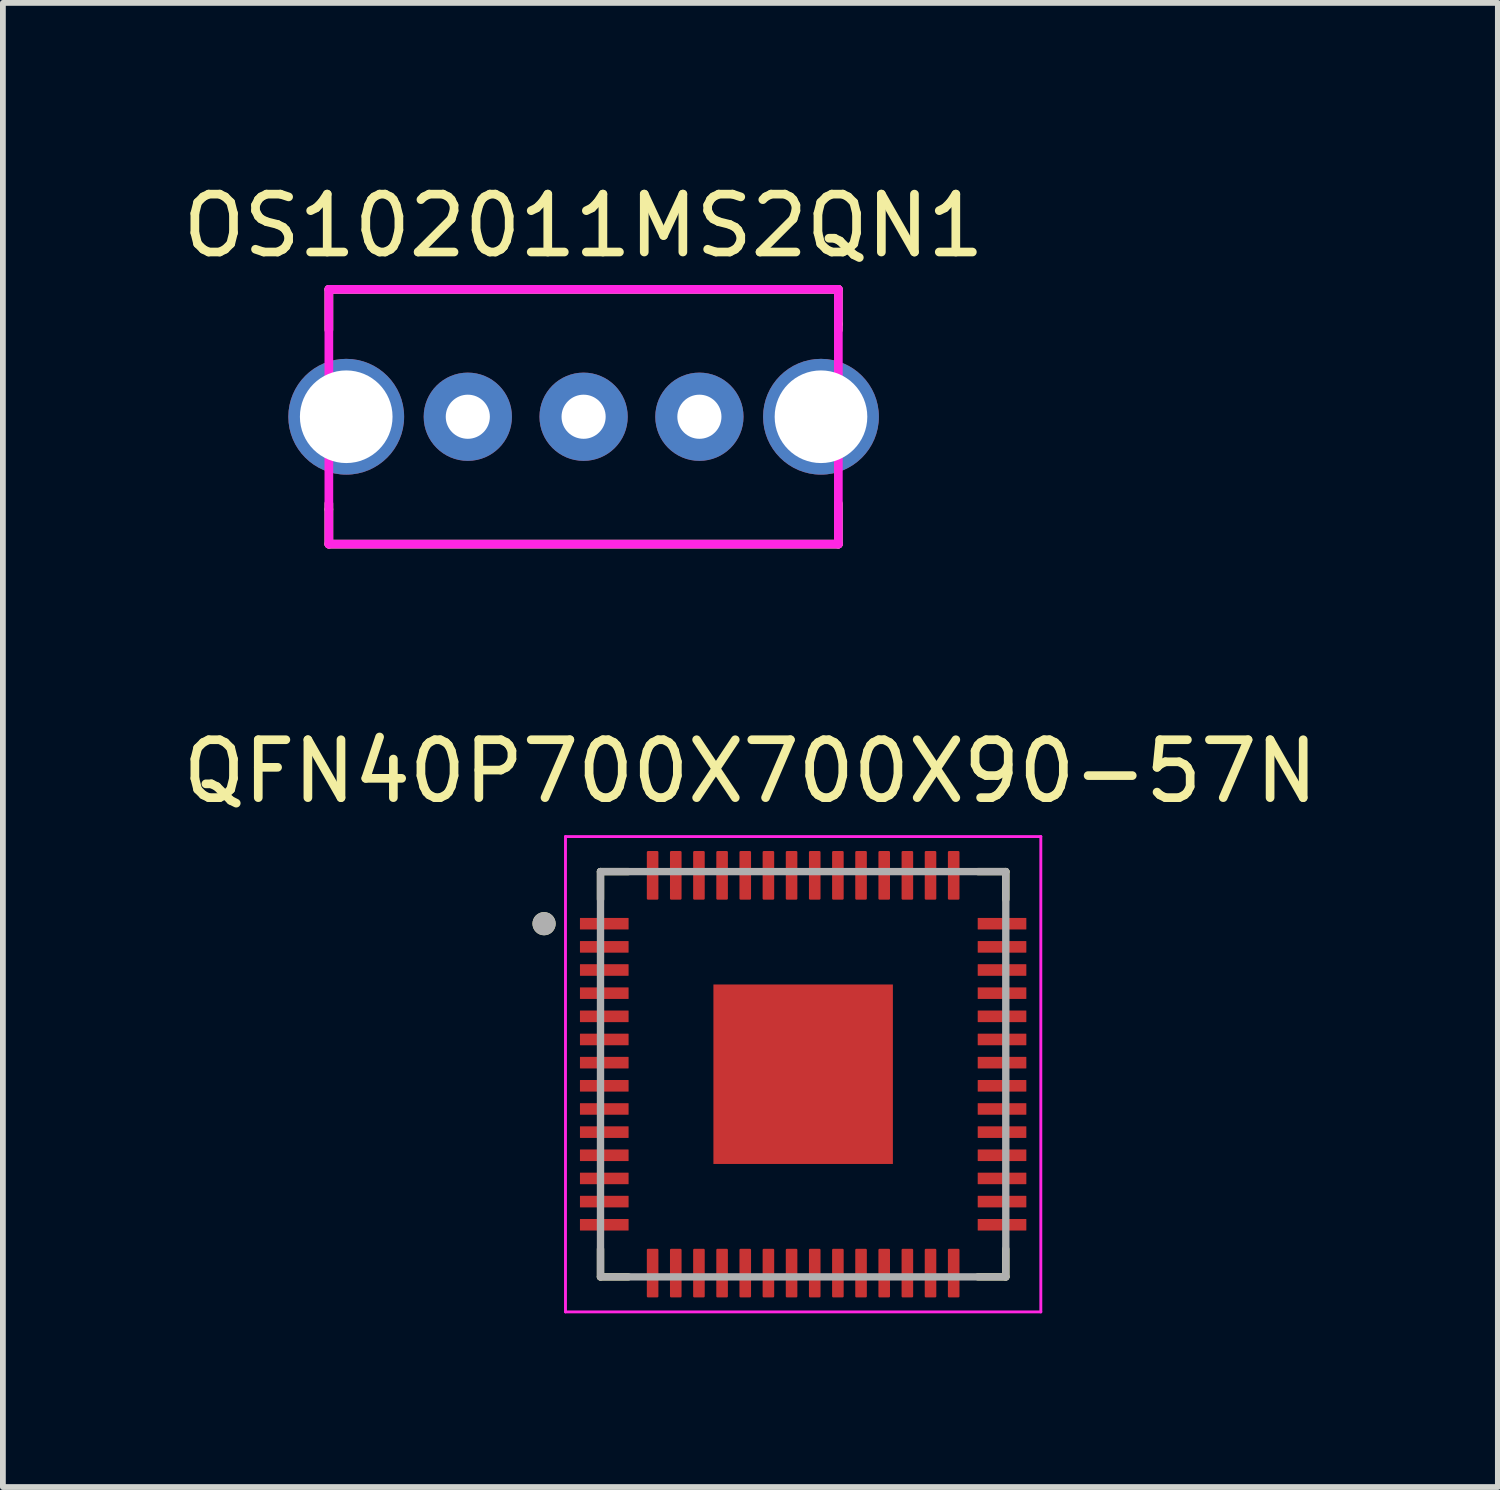
<source format=kicad_pcb>
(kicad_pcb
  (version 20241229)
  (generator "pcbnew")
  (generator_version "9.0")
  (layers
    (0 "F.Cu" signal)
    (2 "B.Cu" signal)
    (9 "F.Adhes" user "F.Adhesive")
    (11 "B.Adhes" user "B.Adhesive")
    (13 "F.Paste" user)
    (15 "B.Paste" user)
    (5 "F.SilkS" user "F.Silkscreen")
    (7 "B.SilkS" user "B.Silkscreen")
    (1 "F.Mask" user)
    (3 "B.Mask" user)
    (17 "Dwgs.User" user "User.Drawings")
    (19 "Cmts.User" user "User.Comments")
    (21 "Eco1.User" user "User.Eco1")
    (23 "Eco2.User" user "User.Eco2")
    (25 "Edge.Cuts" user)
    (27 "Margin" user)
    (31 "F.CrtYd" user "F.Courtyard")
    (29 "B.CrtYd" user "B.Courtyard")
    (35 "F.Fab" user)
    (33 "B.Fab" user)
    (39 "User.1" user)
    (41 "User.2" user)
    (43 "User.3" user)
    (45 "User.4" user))
  (footprint "OS102011MS2QN1"
    (layer "F.Cu")
    (at 7.03 4.148)
    (property "Reference" "OS102011MS2QN1" (at 0 -3.3 0) (layer "F.SilkS") (effects (font (size 1 1) (thickness 0.15))))
    (attr through_hole)
    (fp_line (start -4.4 -2.2) (end 4.4 -2.2) (stroke (width 0.15) (type solid)) (layer "F.SilkS"))
    (fp_line (start -4.4 -1.5) (end -4.4 -2.2) (stroke (width 0.15) (type solid)) (layer "F.SilkS"))
    (fp_line (start -4.4 1.6) (end -4.4 1.5) (stroke (width 0.15) (type solid)) (layer "F.SilkS"))
    (fp_line (start -4.4 2.2) (end -4.4 1.6) (stroke (width 0.15) (type solid)) (layer "F.SilkS"))
    (fp_line (start 4.4 -2.2) (end 4.4 -1.6) (stroke (width 0.15) (type solid)) (layer "F.SilkS"))
    (fp_line (start 4.4 -1.6) (end 4.4 -1.5) (stroke (width 0.15) (type solid)) (layer "F.SilkS"))
    (fp_line (start 4.4 1.5) (end 4.4 2.2) (stroke (width 0.15) (type solid)) (layer "F.SilkS"))
    (fp_line (start 4.4 2.2) (end -4.4 2.2) (stroke (width 0.15) (type solid)) (layer "F.SilkS"))
    (fp_line (start -4.4 -2.2) (end 4.4 -2.2) (stroke (width 0.15) (type solid)) (layer "F.CrtYd"))
    (fp_line (start -4.4 2.2) (end -4.4 -2.2) (stroke (width 0.15) (type solid)) (layer "F.CrtYd"))
    (fp_line (start 4.4 -2.2) (end 4.4 2.2) (stroke (width 0.15) (type solid)) (layer "F.CrtYd"))
    (fp_line (start 4.4 2.2) (end -4.4 2.2) (stroke (width 0.15) (type solid)) (layer "F.CrtYd"))
    (pad "" thru_hole circle (at -4.1 0) (size 2 2) (drill 1.6) (layers "*.Cu" "*.Mask"))
    (pad "" thru_hole circle (at 4.1 0) (size 2 2) (drill 1.6) (layers "*.Cu" "*.Mask"))
    (pad "1" thru_hole circle (at -2 0) (size 1.524 1.524) (drill 0.762) (layers "*.Cu" "*.Mask"))
    (pad "2" thru_hole circle (at 0 0) (size 1.524 1.524) (drill 0.762) (layers "*.Cu" "*.Mask"))
    (pad "3" thru_hole circle (at 2 0) (size 1.524 1.524) (drill 0.762) (layers "*.Cu" "*.Mask")))
  (footprint "QFN40P700X700X90-57N"
    (layer "F.Cu")
    (at 10.822 15.504)
    (property "Reference" "QFN40P700X700X90-57N" (at -0.911 -5.232 0) (layer "F.SilkS") (effects (font (size 1 1) (thickness 0.15))))
    (attr smd)
    (fp_line (start -3.5 -3.5) (end -3.5 -3.02) (stroke (width 0.127) (type solid)) (layer "F.SilkS"))
    (fp_line (start -3.5 -3.5) (end -3.02 -3.5) (stroke (width 0.127) (type solid)) (layer "F.SilkS"))
    (fp_line (start -3.5 3.5) (end -3.5 3.02) (stroke (width 0.127) (type solid)) (layer "F.SilkS"))
    (fp_line (start -3.5 3.5) (end -3.02 3.5) (stroke (width 0.127) (type solid)) (layer "F.SilkS"))
    (fp_line (start 3.5 -3.5) (end 3.02 -3.5) (stroke (width 0.127) (type solid)) (layer "F.SilkS"))
    (fp_line (start 3.5 -3.5) (end 3.5 -3.02) (stroke (width 0.127) (type solid)) (layer "F.SilkS"))
    (fp_line (start 3.5 3.5) (end 3.02 3.5) (stroke (width 0.127) (type solid)) (layer "F.SilkS"))
    (fp_line (start 3.5 3.5) (end 3.5 3.02) (stroke (width 0.127) (type solid)) (layer "F.SilkS"))
    (fp_circle (center -4.475 -2.6) (end -4.375 -2.6) (stroke (width 0.2) (type solid)) (fill no) (layer "F.SilkS"))
    (fp_poly (pts (xy -0.98 -0.98) (xy 0.98 -0.98) (xy 0.98 0.98) (xy -0.98 0.98)) (stroke (width 0.01) (type solid)) (fill yes) (layer "F.Paste"))
    (fp_line (start -4.105 -4.105) (end 4.105 -4.105) (stroke (width 0.05) (type solid)) (layer "F.CrtYd"))
    (fp_line (start -4.105 4.105) (end -4.105 -4.105) (stroke (width 0.05) (type solid)) (layer "F.CrtYd"))
    (fp_line (start -4.105 4.105) (end 4.105 4.105) (stroke (width 0.05) (type solid)) (layer "F.CrtYd"))
    (fp_line (start 4.105 4.105) (end 4.105 -4.105) (stroke (width 0.05) (type solid)) (layer "F.CrtYd"))
    (fp_line (start -3.5 3.5) (end -3.5 -3.5) (stroke (width 0.127) (type solid)) (layer "F.Fab"))
    (fp_line (start 3.5 -3.5) (end -3.5 -3.5) (stroke (width 0.127) (type solid)) (layer "F.Fab"))
    (fp_line (start 3.5 3.5) (end -3.5 3.5) (stroke (width 0.127) (type solid)) (layer "F.Fab"))
    (fp_line (start 3.5 3.5) (end 3.5 -3.5) (stroke (width 0.127) (type solid)) (layer "F.Fab"))
    (fp_circle (center -4.475 -2.6) (end -4.375 -2.6) (stroke (width 0.2) (type solid)) (fill no) (layer "F.Fab"))
    (pad "1" smd roundrect (at -3.435 -2.6) (size 0.84 0.2) (layers "F.Cu" "F.Mask" "F.Paste") (roundrect_rratio 0.03))
    (pad "2" smd roundrect (at -3.435 -2.2) (size 0.84 0.2) (layers "F.Cu" "F.Mask" "F.Paste") (roundrect_rratio 0.03))
    (pad "3" smd roundrect (at -3.435 -1.8) (size 0.84 0.2) (layers "F.Cu" "F.Mask" "F.Paste") (roundrect_rratio 0.03))
    (pad "4" smd roundrect (at -3.435 -1.4) (size 0.84 0.2) (layers "F.Cu" "F.Mask" "F.Paste") (roundrect_rratio 0.03))
    (pad "5" smd roundrect (at -3.435 -1) (size 0.84 0.2) (layers "F.Cu" "F.Mask" "F.Paste") (roundrect_rratio 0.03))
    (pad "6" smd roundrect (at -3.435 -0.6) (size 0.84 0.2) (layers "F.Cu" "F.Mask" "F.Paste") (roundrect_rratio 0.03))
    (pad "7" smd roundrect (at -3.435 -0.2) (size 0.84 0.2) (layers "F.Cu" "F.Mask" "F.Paste") (roundrect_rratio 0.03))
    (pad "8" smd roundrect (at -3.435 0.2) (size 0.84 0.2) (layers "F.Cu" "F.Mask" "F.Paste") (roundrect_rratio 0.03))
    (pad "9" smd roundrect (at -3.435 0.6) (size 0.84 0.2) (layers "F.Cu" "F.Mask" "F.Paste") (roundrect_rratio 0.03))
    (pad "10" smd roundrect (at -3.435 1) (size 0.84 0.2) (layers "F.Cu" "F.Mask" "F.Paste") (roundrect_rratio 0.03))
    (pad "11" smd roundrect (at -3.435 1.4) (size 0.84 0.2) (layers "F.Cu" "F.Mask" "F.Paste") (roundrect_rratio 0.03))
    (pad "12" smd roundrect (at -3.435 1.8) (size 0.84 0.2) (layers "F.Cu" "F.Mask" "F.Paste") (roundrect_rratio 0.03))
    (pad "13" smd roundrect (at -3.435 2.2) (size 0.84 0.2) (layers "F.Cu" "F.Mask" "F.Paste") (roundrect_rratio 0.03))
    (pad "14" smd roundrect (at -3.435 2.6) (size 0.84 0.2) (layers "F.Cu" "F.Mask" "F.Paste") (roundrect_rratio 0.03))
    (pad "15" smd roundrect (at -2.6 3.435) (size 0.2 0.84) (layers "F.Cu" "F.Mask" "F.Paste") (roundrect_rratio 0.1))
    (pad "16" smd roundrect (at -2.2 3.435) (size 0.2 0.84) (layers "F.Cu" "F.Mask" "F.Paste") (roundrect_rratio 0.1))
    (pad "17" smd roundrect (at -1.8 3.435) (size 0.2 0.84) (layers "F.Cu" "F.Mask" "F.Paste") (roundrect_rratio 0.1))
    (pad "18" smd roundrect (at -1.4 3.435) (size 0.2 0.84) (layers "F.Cu" "F.Mask" "F.Paste") (roundrect_rratio 0.1))
    (pad "19" smd roundrect (at -1 3.435) (size 0.2 0.84) (layers "F.Cu" "F.Mask" "F.Paste") (roundrect_rratio 0.1))
    (pad "20" smd roundrect (at -0.6 3.435) (size 0.2 0.84) (layers "F.Cu" "F.Mask" "F.Paste") (roundrect_rratio 0.1))
    (pad "21" smd roundrect (at -0.2 3.435) (size 0.2 0.84) (layers "F.Cu" "F.Mask" "F.Paste") (roundrect_rratio 0.1))
    (pad "22" smd roundrect (at 0.2 3.435) (size 0.2 0.84) (layers "F.Cu" "F.Mask" "F.Paste") (roundrect_rratio 0.1))
    (pad "23" smd roundrect (at 0.6 3.435) (size 0.2 0.84) (layers "F.Cu" "F.Mask" "F.Paste") (roundrect_rratio 0.1))
    (pad "24" smd roundrect (at 1 3.435) (size 0.2 0.84) (layers "F.Cu" "F.Mask" "F.Paste") (roundrect_rratio 0.1))
    (pad "25" smd roundrect (at 1.4 3.435) (size 0.2 0.84) (layers "F.Cu" "F.Mask" "F.Paste") (roundrect_rratio 0.1))
    (pad "26" smd roundrect (at 1.8 3.435) (size 0.2 0.84) (layers "F.Cu" "F.Mask" "F.Paste") (roundrect_rratio 0.1))
    (pad "27" smd roundrect (at 2.2 3.435) (size 0.2 0.84) (layers "F.Cu" "F.Mask" "F.Paste") (roundrect_rratio 0.1))
    (pad "28" smd roundrect (at 2.6 3.435) (size 0.2 0.84) (layers "F.Cu" "F.Mask" "F.Paste") (roundrect_rratio 0.1))
    (pad "29" smd roundrect (at 3.435 2.6) (size 0.84 0.2) (layers "F.Cu" "F.Mask" "F.Paste") (roundrect_rratio 0.03))
    (pad "30" smd roundrect (at 3.435 2.2) (size 0.84 0.2) (layers "F.Cu" "F.Mask" "F.Paste") (roundrect_rratio 0.03))
    (pad "31" smd roundrect (at 3.435 1.8) (size 0.84 0.2) (layers "F.Cu" "F.Mask" "F.Paste") (roundrect_rratio 0.03))
    (pad "32" smd roundrect (at 3.435 1.4) (size 0.84 0.2) (layers "F.Cu" "F.Mask" "F.Paste") (roundrect_rratio 0.03))
    (pad "33" smd roundrect (at 3.435 1) (size 0.84 0.2) (layers "F.Cu" "F.Mask" "F.Paste") (roundrect_rratio 0.03))
    (pad "34" smd roundrect (at 3.435 0.6) (size 0.84 0.2) (layers "F.Cu" "F.Mask" "F.Paste") (roundrect_rratio 0.03))
    (pad "35" smd roundrect (at 3.435 0.2) (size 0.84 0.2) (layers "F.Cu" "F.Mask" "F.Paste") (roundrect_rratio 0.03))
    (pad "36" smd roundrect (at 3.435 -0.2) (size 0.84 0.2) (layers "F.Cu" "F.Mask" "F.Paste") (roundrect_rratio 0.03))
    (pad "37" smd roundrect (at 3.435 -0.6) (size 0.84 0.2) (layers "F.Cu" "F.Mask" "F.Paste") (roundrect_rratio 0.03))
    (pad "38" smd roundrect (at 3.435 -1) (size 0.84 0.2) (layers "F.Cu" "F.Mask" "F.Paste") (roundrect_rratio 0.03))
    (pad "39" smd roundrect (at 3.435 -1.4) (size 0.84 0.2) (layers "F.Cu" "F.Mask" "F.Paste") (roundrect_rratio 0.03))
    (pad "40" smd roundrect (at 3.435 -1.8) (size 0.84 0.2) (layers "F.Cu" "F.Mask" "F.Paste") (roundrect_rratio 0.03))
    (pad "41" smd roundrect (at 3.435 -2.2) (size 0.84 0.2) (layers "F.Cu" "F.Mask" "F.Paste") (roundrect_rratio 0.03))
    (pad "42" smd roundrect (at 3.435 -2.6) (size 0.84 0.2) (layers "F.Cu" "F.Mask" "F.Paste") (roundrect_rratio 0.03))
    (pad "43" smd roundrect (at 2.6 -3.435) (size 0.2 0.84) (layers "F.Cu" "F.Mask" "F.Paste") (roundrect_rratio 0.1))
    (pad "44" smd roundrect (at 2.2 -3.435) (size 0.2 0.84) (layers "F.Cu" "F.Mask" "F.Paste") (roundrect_rratio 0.1))
    (pad "45" smd roundrect (at 1.8 -3.435) (size 0.2 0.84) (layers "F.Cu" "F.Mask" "F.Paste") (roundrect_rratio 0.1))
    (pad "46" smd roundrect (at 1.4 -3.435) (size 0.2 0.84) (layers "F.Cu" "F.Mask" "F.Paste") (roundrect_rratio 0.1))
    (pad "47" smd roundrect (at 1 -3.435) (size 0.2 0.84) (layers "F.Cu" "F.Mask" "F.Paste") (roundrect_rratio 0.1))
    (pad "48" smd roundrect (at 0.6 -3.435) (size 0.2 0.84) (layers "F.Cu" "F.Mask" "F.Paste") (roundrect_rratio 0.1))
    (pad "49" smd roundrect (at 0.2 -3.435) (size 0.2 0.84) (layers "F.Cu" "F.Mask" "F.Paste") (roundrect_rratio 0.1))
    (pad "50" smd roundrect (at -0.2 -3.435) (size 0.2 0.84) (layers "F.Cu" "F.Mask" "F.Paste") (roundrect_rratio 0.1))
    (pad "51" smd roundrect (at -0.6 -3.435) (size 0.2 0.84) (layers "F.Cu" "F.Mask" "F.Paste") (roundrect_rratio 0.1))
    (pad "52" smd roundrect (at -1 -3.435) (size 0.2 0.84) (layers "F.Cu" "F.Mask" "F.Paste") (roundrect_rratio 0.1))
    (pad "53" smd roundrect (at -1.4 -3.435) (size 0.2 0.84) (layers "F.Cu" "F.Mask" "F.Paste") (roundrect_rratio 0.1))
    (pad "54" smd roundrect (at -1.8 -3.435) (size 0.2 0.84) (layers "F.Cu" "F.Mask" "F.Paste") (roundrect_rratio 0.1))
    (pad "55" smd roundrect (at -2.2 -3.435) (size 0.2 0.84) (layers "F.Cu" "F.Mask" "F.Paste") (roundrect_rratio 0.1))
    (pad "56" smd roundrect (at -2.6 -3.435) (size 0.2 0.84) (layers "F.Cu" "F.Mask" "F.Paste") (roundrect_rratio 0.1))
    (pad "57" smd rect (at 0 0) (size 3.1 3.1) (layers "F.Cu" "F.Mask")))
  (gr_rect
    (start -3 -3)
    (end 22.821 22.634)
    (stroke (width 0.1) (type default))
    (fill no)
    (layer "Edge.Cuts")))
</source>
